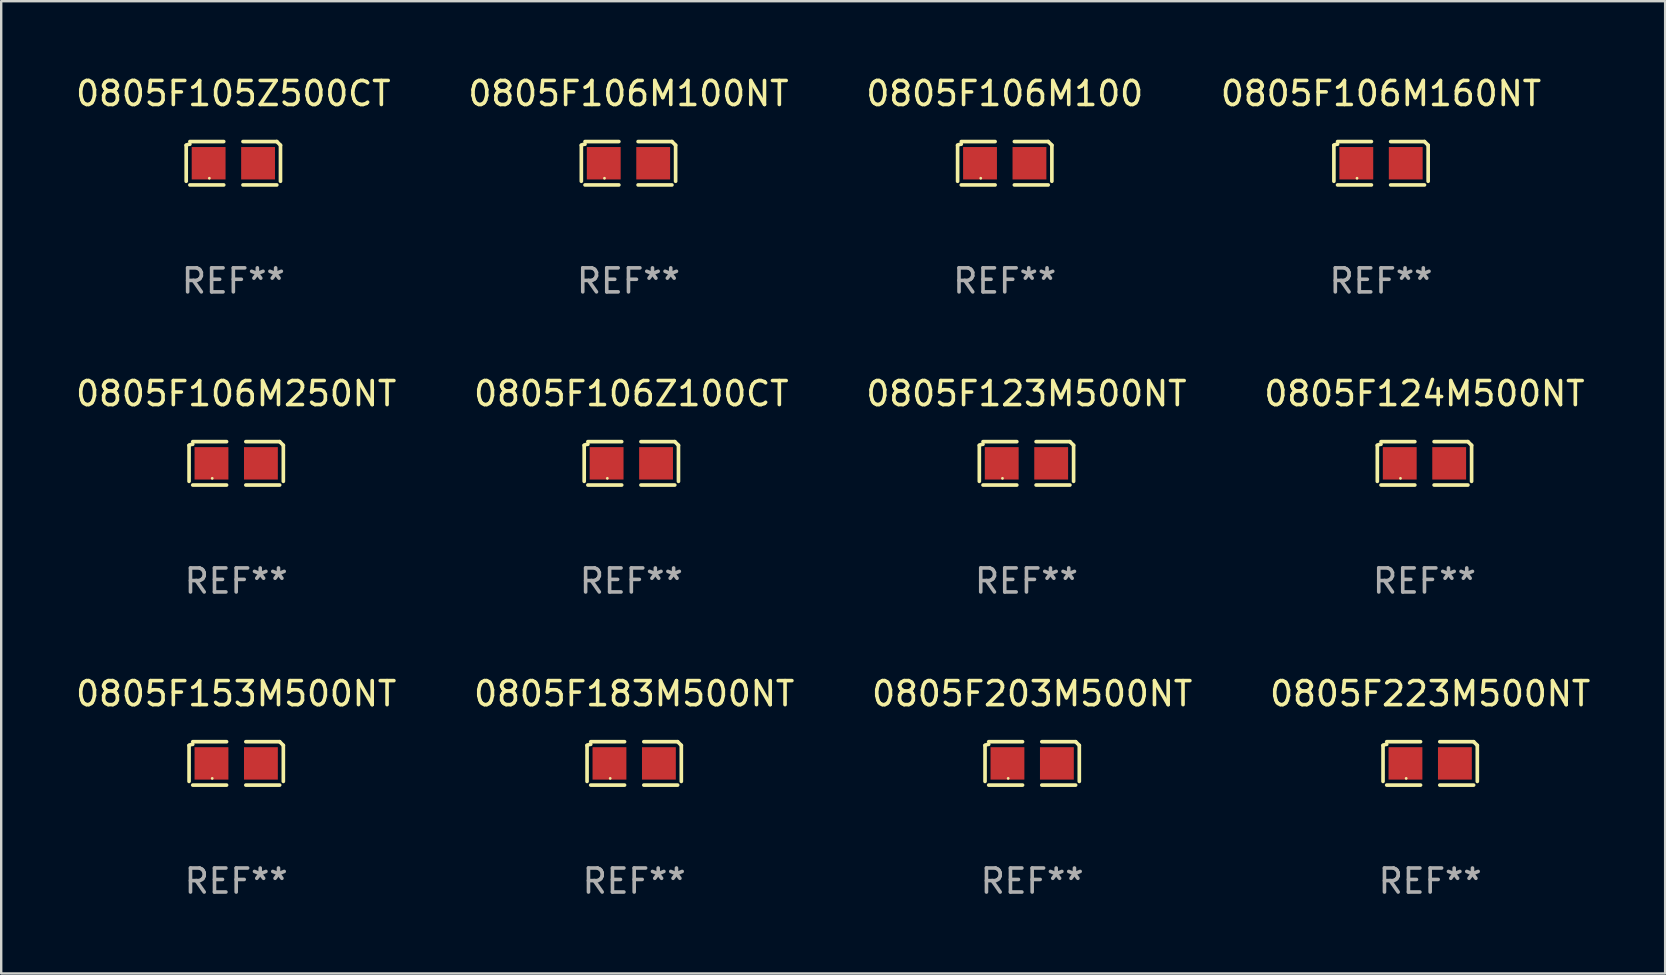
<source format=kicad_pcb>
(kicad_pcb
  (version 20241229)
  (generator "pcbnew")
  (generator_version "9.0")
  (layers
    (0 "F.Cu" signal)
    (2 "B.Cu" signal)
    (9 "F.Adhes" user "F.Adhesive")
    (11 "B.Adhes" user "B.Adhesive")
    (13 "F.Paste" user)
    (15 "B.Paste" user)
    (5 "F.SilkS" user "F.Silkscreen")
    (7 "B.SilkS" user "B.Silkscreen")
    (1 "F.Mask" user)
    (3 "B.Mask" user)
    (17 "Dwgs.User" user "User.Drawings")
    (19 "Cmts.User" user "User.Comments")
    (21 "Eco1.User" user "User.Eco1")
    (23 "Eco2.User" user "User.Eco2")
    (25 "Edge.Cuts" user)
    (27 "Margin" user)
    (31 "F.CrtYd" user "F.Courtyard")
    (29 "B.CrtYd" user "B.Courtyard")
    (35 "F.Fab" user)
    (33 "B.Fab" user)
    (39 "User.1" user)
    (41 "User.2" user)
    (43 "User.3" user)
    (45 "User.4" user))
  (footprint "0805F106M160NT"
    (layer "F.Cu")
    (at 54.494 3.752)
    (property "Reference" "0805F106M160NT" (at 0 -2.904 0) (layer "F.SilkS") (effects (font (size 1 1) (thickness 0.15))))
    (attr through_hole)
    (fp_line (start -1.964 0.751) (end -1.964 -0.751) (stroke (width 0.152) (type solid)) (layer "F.SilkS"))
    (fp_line (start -1.811 -0.904) (end -0.401 -0.904) (stroke (width 0.152) (type solid)) (layer "F.SilkS"))
    (fp_line (start -0.401 0.904) (end -1.811 0.904) (stroke (width 0.152) (type solid)) (layer "F.SilkS"))
    (fp_line (start 0.401 0.904) (end 1.811 0.904) (stroke (width 0.152) (type solid)) (layer "F.SilkS"))
    (fp_line (start 1.811 -0.904) (end 0.401 -0.904) (stroke (width 0.152) (type solid)) (layer "F.SilkS"))
    (fp_line (start 1.964 0.751) (end 1.964 -0.751) (stroke (width 0.152) (type solid)) (layer "F.SilkS"))
    (fp_arc (start -1.963602 -0.751207) (mid -1.890354 -0.783131) (end -1.811201 -0.794044) (stroke (width 0.1524) (type solid)) (layer "F.SilkS"))
    (fp_arc (start 1.811202 -0.903607) (mid 1.887413 -0.827418) (end 1.963602 -0.751207) (stroke (width 0.1524) (type solid)) (layer "F.SilkS"))
    (fp_circle (center -1 0.625) (end -0.97 0.625) (stroke (width 0.06) (type solid)) (fill no) (layer "F.SilkS"))
    (fp_text user "REF**" (at 0 4.904 0) (layer "F.Fab") (effects (font (size 1 1) (thickness 0.15))))
    (pad "1" smd rect (at -1.03 0) (size 1.41 1.35) (layers "F.Cu" "F.Mask" "F.Paste"))
    (pad "2" smd rect (at 1.03 0) (size 1.41 1.35) (layers "F.Cu" "F.Mask" "F.Paste")))
  (footprint "0805F105Z500CT"
    (layer "F.Cu")
    (at 6.673 3.752)
    (property "Reference" "0805F105Z500CT" (at 0 -2.904 0) (layer "F.SilkS") (effects (font (size 1 1) (thickness 0.15))))
    (attr through_hole)
    (fp_line (start -1.964 0.751) (end -1.964 -0.751) (stroke (width 0.152) (type solid)) (layer "F.SilkS"))
    (fp_line (start -1.811 -0.904) (end -0.401 -0.904) (stroke (width 0.152) (type solid)) (layer "F.SilkS"))
    (fp_line (start -0.401 0.904) (end -1.811 0.904) (stroke (width 0.152) (type solid)) (layer "F.SilkS"))
    (fp_line (start 0.401 0.904) (end 1.811 0.904) (stroke (width 0.152) (type solid)) (layer "F.SilkS"))
    (fp_line (start 1.811 -0.904) (end 0.401 -0.904) (stroke (width 0.152) (type solid)) (layer "F.SilkS"))
    (fp_line (start 1.964 0.751) (end 1.964 -0.751) (stroke (width 0.152) (type solid)) (layer "F.SilkS"))
    (fp_arc (start -1.963602 -0.751207) (mid -1.890354 -0.783131) (end -1.811201 -0.794044) (stroke (width 0.1524) (type solid)) (layer "F.SilkS"))
    (fp_arc (start 1.811202 -0.903607) (mid 1.887413 -0.827418) (end 1.963602 -0.751207) (stroke (width 0.1524) (type solid)) (layer "F.SilkS"))
    (fp_circle (center -1 0.625) (end -0.97 0.625) (stroke (width 0.06) (type solid)) (fill no) (layer "F.SilkS"))
    (fp_text user "REF**" (at 0 4.904 0) (layer "F.Fab") (effects (font (size 1 1) (thickness 0.15))))
    (pad "1" smd rect (at -1.03 0) (size 1.41 1.35) (layers "F.Cu" "F.Mask" "F.Paste"))
    (pad "2" smd rect (at 1.03 0) (size 1.41 1.35) (layers "F.Cu" "F.Mask" "F.Paste")))
  (footprint "0805F203M500NT"
    (layer "F.Cu")
    (at 39.958 28.759)
    (property "Reference" "0805F203M500NT" (at 0 -2.904 0) (layer "F.SilkS") (effects (font (size 1 1) (thickness 0.15))))
    (attr through_hole)
    (fp_line (start -1.964 0.751) (end -1.964 -0.751) (stroke (width 0.152) (type solid)) (layer "F.SilkS"))
    (fp_line (start -1.811 -0.904) (end -0.401 -0.904) (stroke (width 0.152) (type solid)) (layer "F.SilkS"))
    (fp_line (start -0.401 0.904) (end -1.811 0.904) (stroke (width 0.152) (type solid)) (layer "F.SilkS"))
    (fp_line (start 0.401 0.904) (end 1.811 0.904) (stroke (width 0.152) (type solid)) (layer "F.SilkS"))
    (fp_line (start 1.811 -0.904) (end 0.401 -0.904) (stroke (width 0.152) (type solid)) (layer "F.SilkS"))
    (fp_line (start 1.964 0.751) (end 1.964 -0.751) (stroke (width 0.152) (type solid)) (layer "F.SilkS"))
    (fp_arc (start -1.963602 -0.751207) (mid -1.890354 -0.783131) (end -1.811201 -0.794044) (stroke (width 0.1524) (type solid)) (layer "F.SilkS"))
    (fp_arc (start 1.811202 -0.903607) (mid 1.887413 -0.827418) (end 1.963602 -0.751207) (stroke (width 0.1524) (type solid)) (layer "F.SilkS"))
    (fp_circle (center -1 0.625) (end -0.97 0.625) (stroke (width 0.06) (type solid)) (fill no) (layer "F.SilkS"))
    (fp_text user "REF**" (at 0 4.904 0) (layer "F.Fab") (effects (font (size 1 1) (thickness 0.15))))
    (pad "1" smd rect (at -1.03 0) (size 1.41 1.35) (layers "F.Cu" "F.Mask" "F.Paste"))
    (pad "2" smd rect (at 1.03 0) (size 1.41 1.35) (layers "F.Cu" "F.Mask" "F.Paste")))
  (footprint "0805F124M500NT"
    (layer "F.Cu")
    (at 56.304 16.256)
    (property "Reference" "0805F124M500NT" (at 0 -2.904 0) (layer "F.SilkS") (effects (font (size 1 1) (thickness 0.15))))
    (attr through_hole)
    (fp_line (start -1.964 0.751) (end -1.964 -0.751) (stroke (width 0.152) (type solid)) (layer "F.SilkS"))
    (fp_line (start -1.811 -0.904) (end -0.401 -0.904) (stroke (width 0.152) (type solid)) (layer "F.SilkS"))
    (fp_line (start -0.401 0.904) (end -1.811 0.904) (stroke (width 0.152) (type solid)) (layer "F.SilkS"))
    (fp_line (start 0.401 0.904) (end 1.811 0.904) (stroke (width 0.152) (type solid)) (layer "F.SilkS"))
    (fp_line (start 1.811 -0.904) (end 0.401 -0.904) (stroke (width 0.152) (type solid)) (layer "F.SilkS"))
    (fp_line (start 1.964 0.751) (end 1.964 -0.751) (stroke (width 0.152) (type solid)) (layer "F.SilkS"))
    (fp_arc (start -1.963602 -0.751207) (mid -1.890354 -0.783131) (end -1.811201 -0.794044) (stroke (width 0.1524) (type solid)) (layer "F.SilkS"))
    (fp_arc (start 1.811202 -0.903607) (mid 1.887413 -0.827418) (end 1.963602 -0.751207) (stroke (width 0.1524) (type solid)) (layer "F.SilkS"))
    (fp_circle (center -1 0.625) (end -0.97 0.625) (stroke (width 0.06) (type solid)) (fill no) (layer "F.SilkS"))
    (fp_text user "REF**" (at 0 4.904 0) (layer "F.Fab") (effects (font (size 1 1) (thickness 0.15))))
    (pad "1" smd rect (at -1.03 0) (size 1.41 1.35) (layers "F.Cu" "F.Mask" "F.Paste"))
    (pad "2" smd rect (at 1.03 0) (size 1.41 1.35) (layers "F.Cu" "F.Mask" "F.Paste")))
  (footprint "0805F106M100NT"
    (layer "F.Cu")
    (at 23.137 3.752)
    (property "Reference" "0805F106M100NT" (at 0 -2.904 0) (layer "F.SilkS") (effects (font (size 1 1) (thickness 0.15))))
    (attr through_hole)
    (fp_line (start -1.964 0.751) (end -1.964 -0.751) (stroke (width 0.152) (type solid)) (layer "F.SilkS"))
    (fp_line (start -1.811 -0.904) (end -0.401 -0.904) (stroke (width 0.152) (type solid)) (layer "F.SilkS"))
    (fp_line (start -0.401 0.904) (end -1.811 0.904) (stroke (width 0.152) (type solid)) (layer "F.SilkS"))
    (fp_line (start 0.401 0.904) (end 1.811 0.904) (stroke (width 0.152) (type solid)) (layer "F.SilkS"))
    (fp_line (start 1.811 -0.904) (end 0.401 -0.904) (stroke (width 0.152) (type solid)) (layer "F.SilkS"))
    (fp_line (start 1.964 0.751) (end 1.964 -0.751) (stroke (width 0.152) (type solid)) (layer "F.SilkS"))
    (fp_arc (start -1.963602 -0.751207) (mid -1.890354 -0.783131) (end -1.811201 -0.794044) (stroke (width 0.1524) (type solid)) (layer "F.SilkS"))
    (fp_arc (start 1.811202 -0.903607) (mid 1.887413 -0.827418) (end 1.963602 -0.751207) (stroke (width 0.1524) (type solid)) (layer "F.SilkS"))
    (fp_circle (center -1 0.625) (end -0.97 0.625) (stroke (width 0.06) (type solid)) (fill no) (layer "F.SilkS"))
    (fp_text user "REF**" (at 0 4.904 0) (layer "F.Fab") (effects (font (size 1 1) (thickness 0.15))))
    (pad "1" smd rect (at -1.03 0) (size 1.41 1.35) (layers "F.Cu" "F.Mask" "F.Paste"))
    (pad "2" smd rect (at 1.03 0) (size 1.41 1.35) (layers "F.Cu" "F.Mask" "F.Paste")))
  (footprint "0805F123M500NT"
    (layer "F.Cu")
    (at 39.72 16.256)
    (property "Reference" "0805F123M500NT" (at 0 -2.904 0) (layer "F.SilkS") (effects (font (size 1 1) (thickness 0.15))))
    (attr through_hole)
    (fp_line (start -1.964 0.751) (end -1.964 -0.751) (stroke (width 0.152) (type solid)) (layer "F.SilkS"))
    (fp_line (start -1.811 -0.904) (end -0.401 -0.904) (stroke (width 0.152) (type solid)) (layer "F.SilkS"))
    (fp_line (start -0.401 0.904) (end -1.811 0.904) (stroke (width 0.152) (type solid)) (layer "F.SilkS"))
    (fp_line (start 0.401 0.904) (end 1.811 0.904) (stroke (width 0.152) (type solid)) (layer "F.SilkS"))
    (fp_line (start 1.811 -0.904) (end 0.401 -0.904) (stroke (width 0.152) (type solid)) (layer "F.SilkS"))
    (fp_line (start 1.964 0.751) (end 1.964 -0.751) (stroke (width 0.152) (type solid)) (layer "F.SilkS"))
    (fp_arc (start -1.963602 -0.751207) (mid -1.890354 -0.783131) (end -1.811201 -0.794044) (stroke (width 0.1524) (type solid)) (layer "F.SilkS"))
    (fp_arc (start 1.811202 -0.903607) (mid 1.887413 -0.827418) (end 1.963602 -0.751207) (stroke (width 0.1524) (type solid)) (layer "F.SilkS"))
    (fp_circle (center -1 0.625) (end -0.97 0.625) (stroke (width 0.06) (type solid)) (fill no) (layer "F.SilkS"))
    (fp_text user "REF**" (at 0 4.904 0) (layer "F.Fab") (effects (font (size 1 1) (thickness 0.15))))
    (pad "1" smd rect (at -1.03 0) (size 1.41 1.35) (layers "F.Cu" "F.Mask" "F.Paste"))
    (pad "2" smd rect (at 1.03 0) (size 1.41 1.35) (layers "F.Cu" "F.Mask" "F.Paste")))
  (footprint "0805F183M500NT"
    (layer "F.Cu")
    (at 23.375 28.759)
    (property "Reference" "0805F183M500NT" (at 0 -2.904 0) (layer "F.SilkS") (effects (font (size 1 1) (thickness 0.15))))
    (attr through_hole)
    (fp_line (start -1.964 0.751) (end -1.964 -0.751) (stroke (width 0.152) (type solid)) (layer "F.SilkS"))
    (fp_line (start -1.811 -0.904) (end -0.401 -0.904) (stroke (width 0.152) (type solid)) (layer "F.SilkS"))
    (fp_line (start -0.401 0.904) (end -1.811 0.904) (stroke (width 0.152) (type solid)) (layer "F.SilkS"))
    (fp_line (start 0.401 0.904) (end 1.811 0.904) (stroke (width 0.152) (type solid)) (layer "F.SilkS"))
    (fp_line (start 1.811 -0.904) (end 0.401 -0.904) (stroke (width 0.152) (type solid)) (layer "F.SilkS"))
    (fp_line (start 1.964 0.751) (end 1.964 -0.751) (stroke (width 0.152) (type solid)) (layer "F.SilkS"))
    (fp_arc (start -1.963602 -0.751207) (mid -1.890354 -0.783131) (end -1.811201 -0.794044) (stroke (width 0.1524) (type solid)) (layer "F.SilkS"))
    (fp_arc (start 1.811202 -0.903607) (mid 1.887413 -0.827418) (end 1.963602 -0.751207) (stroke (width 0.1524) (type solid)) (layer "F.SilkS"))
    (fp_circle (center -1 0.625) (end -0.97 0.625) (stroke (width 0.06) (type solid)) (fill no) (layer "F.SilkS"))
    (fp_text user "REF**" (at 0 4.904 0) (layer "F.Fab") (effects (font (size 1 1) (thickness 0.15))))
    (pad "1" smd rect (at -1.03 0) (size 1.41 1.35) (layers "F.Cu" "F.Mask" "F.Paste"))
    (pad "2" smd rect (at 1.03 0) (size 1.41 1.35) (layers "F.Cu" "F.Mask" "F.Paste")))
  (footprint "0805F106M100"
    (layer "F.Cu")
    (at 38.815 3.752)
    (property "Reference" "0805F106M100" (at 0 -2.904 0) (layer "F.SilkS") (effects (font (size 1 1) (thickness 0.15))))
    (attr through_hole)
    (fp_line (start -1.964 0.751) (end -1.964 -0.751) (stroke (width 0.152) (type solid)) (layer "F.SilkS"))
    (fp_line (start -1.811 -0.904) (end -0.401 -0.904) (stroke (width 0.152) (type solid)) (layer "F.SilkS"))
    (fp_line (start -0.401 0.904) (end -1.811 0.904) (stroke (width 0.152) (type solid)) (layer "F.SilkS"))
    (fp_line (start 0.401 0.904) (end 1.811 0.904) (stroke (width 0.152) (type solid)) (layer "F.SilkS"))
    (fp_line (start 1.811 -0.904) (end 0.401 -0.904) (stroke (width 0.152) (type solid)) (layer "F.SilkS"))
    (fp_line (start 1.964 0.751) (end 1.964 -0.751) (stroke (width 0.152) (type solid)) (layer "F.SilkS"))
    (fp_arc (start -1.963602 -0.751207) (mid -1.890354 -0.783131) (end -1.811201 -0.794044) (stroke (width 0.1524) (type solid)) (layer "F.SilkS"))
    (fp_arc (start 1.811202 -0.903607) (mid 1.887413 -0.827418) (end 1.963602 -0.751207) (stroke (width 0.1524) (type solid)) (layer "F.SilkS"))
    (fp_circle (center -1 0.625) (end -0.97 0.625) (stroke (width 0.06) (type solid)) (fill no) (layer "F.SilkS"))
    (fp_text user "REF**" (at 0 4.904 0) (layer "F.Fab") (effects (font (size 1 1) (thickness 0.15))))
    (pad "1" smd rect (at -1.03 0) (size 1.41 1.35) (layers "F.Cu" "F.Mask" "F.Paste"))
    (pad "2" smd rect (at 1.03 0) (size 1.41 1.35) (layers "F.Cu" "F.Mask" "F.Paste")))
  (footprint "0805F153M500NT"
    (layer "F.Cu")
    (at 6.792 28.759)
    (property "Reference" "0805F153M500NT" (at 0 -2.904 0) (layer "F.SilkS") (effects (font (size 1 1) (thickness 0.15))))
    (attr through_hole)
    (fp_line (start -1.964 0.751) (end -1.964 -0.751) (stroke (width 0.152) (type solid)) (layer "F.SilkS"))
    (fp_line (start -1.811 -0.904) (end -0.401 -0.904) (stroke (width 0.152) (type solid)) (layer "F.SilkS"))
    (fp_line (start -0.401 0.904) (end -1.811 0.904) (stroke (width 0.152) (type solid)) (layer "F.SilkS"))
    (fp_line (start 0.401 0.904) (end 1.811 0.904) (stroke (width 0.152) (type solid)) (layer "F.SilkS"))
    (fp_line (start 1.811 -0.904) (end 0.401 -0.904) (stroke (width 0.152) (type solid)) (layer "F.SilkS"))
    (fp_line (start 1.964 0.751) (end 1.964 -0.751) (stroke (width 0.152) (type solid)) (layer "F.SilkS"))
    (fp_arc (start -1.963602 -0.751207) (mid -1.890354 -0.783131) (end -1.811201 -0.794044) (stroke (width 0.1524) (type solid)) (layer "F.SilkS"))
    (fp_arc (start 1.811202 -0.903607) (mid 1.887413 -0.827418) (end 1.963602 -0.751207) (stroke (width 0.1524) (type solid)) (layer "F.SilkS"))
    (fp_circle (center -1 0.625) (end -0.97 0.625) (stroke (width 0.06) (type solid)) (fill no) (layer "F.SilkS"))
    (fp_text user "REF**" (at 0 4.904 0) (layer "F.Fab") (effects (font (size 1 1) (thickness 0.15))))
    (pad "1" smd rect (at -1.03 0) (size 1.41 1.35) (layers "F.Cu" "F.Mask" "F.Paste"))
    (pad "2" smd rect (at 1.03 0) (size 1.41 1.35) (layers "F.Cu" "F.Mask" "F.Paste")))
  (footprint "0805F223M500NT"
    (layer "F.Cu")
    (at 56.542 28.759)
    (property "Reference" "0805F223M500NT" (at 0 -2.904 0) (layer "F.SilkS") (effects (font (size 1 1) (thickness 0.15))))
    (attr through_hole)
    (fp_line (start -1.964 0.751) (end -1.964 -0.751) (stroke (width 0.152) (type solid)) (layer "F.SilkS"))
    (fp_line (start -1.811 -0.904) (end -0.401 -0.904) (stroke (width 0.152) (type solid)) (layer "F.SilkS"))
    (fp_line (start -0.401 0.904) (end -1.811 0.904) (stroke (width 0.152) (type solid)) (layer "F.SilkS"))
    (fp_line (start 0.401 0.904) (end 1.811 0.904) (stroke (width 0.152) (type solid)) (layer "F.SilkS"))
    (fp_line (start 1.811 -0.904) (end 0.401 -0.904) (stroke (width 0.152) (type solid)) (layer "F.SilkS"))
    (fp_line (start 1.964 0.751) (end 1.964 -0.751) (stroke (width 0.152) (type solid)) (layer "F.SilkS"))
    (fp_arc (start -1.963602 -0.751207) (mid -1.890354 -0.783131) (end -1.811201 -0.794044) (stroke (width 0.1524) (type solid)) (layer "F.SilkS"))
    (fp_arc (start 1.811202 -0.903607) (mid 1.887413 -0.827418) (end 1.963602 -0.751207) (stroke (width 0.1524) (type solid)) (layer "F.SilkS"))
    (fp_circle (center -1 0.625) (end -0.97 0.625) (stroke (width 0.06) (type solid)) (fill no) (layer "F.SilkS"))
    (fp_text user "REF**" (at 0 4.904 0) (layer "F.Fab") (effects (font (size 1 1) (thickness 0.15))))
    (pad "1" smd rect (at -1.03 0) (size 1.41 1.35) (layers "F.Cu" "F.Mask" "F.Paste"))
    (pad "2" smd rect (at 1.03 0) (size 1.41 1.35) (layers "F.Cu" "F.Mask" "F.Paste")))
  (footprint "0805F106M250NT"
    (layer "F.Cu")
    (at 6.792 16.256)
    (property "Reference" "0805F106M250NT" (at 0 -2.904 0) (layer "F.SilkS") (effects (font (size 1 1) (thickness 0.15))))
    (attr through_hole)
    (fp_line (start -1.964 0.751) (end -1.964 -0.751) (stroke (width 0.152) (type solid)) (layer "F.SilkS"))
    (fp_line (start -1.811 -0.904) (end -0.401 -0.904) (stroke (width 0.152) (type solid)) (layer "F.SilkS"))
    (fp_line (start -0.401 0.904) (end -1.811 0.904) (stroke (width 0.152) (type solid)) (layer "F.SilkS"))
    (fp_line (start 0.401 0.904) (end 1.811 0.904) (stroke (width 0.152) (type solid)) (layer "F.SilkS"))
    (fp_line (start 1.811 -0.904) (end 0.401 -0.904) (stroke (width 0.152) (type solid)) (layer "F.SilkS"))
    (fp_line (start 1.964 0.751) (end 1.964 -0.751) (stroke (width 0.152) (type solid)) (layer "F.SilkS"))
    (fp_arc (start -1.963602 -0.751207) (mid -1.890354 -0.783131) (end -1.811201 -0.794044) (stroke (width 0.1524) (type solid)) (layer "F.SilkS"))
    (fp_arc (start 1.811202 -0.903607) (mid 1.887413 -0.827418) (end 1.963602 -0.751207) (stroke (width 0.1524) (type solid)) (layer "F.SilkS"))
    (fp_circle (center -1 0.625) (end -0.97 0.625) (stroke (width 0.06) (type solid)) (fill no) (layer "F.SilkS"))
    (fp_text user "REF**" (at 0 4.904 0) (layer "F.Fab") (effects (font (size 1 1) (thickness 0.15))))
    (pad "1" smd rect (at -1.03 0) (size 1.41 1.35) (layers "F.Cu" "F.Mask" "F.Paste"))
    (pad "2" smd rect (at 1.03 0) (size 1.41 1.35) (layers "F.Cu" "F.Mask" "F.Paste")))
  (footprint "0805F106Z100CT"
    (layer "F.Cu")
    (at 23.256 16.256)
    (property "Reference" "0805F106Z100CT" (at 0 -2.904 0) (layer "F.SilkS") (effects (font (size 1 1) (thickness 0.15))))
    (attr through_hole)
    (fp_line (start -1.964 0.751) (end -1.964 -0.751) (stroke (width 0.152) (type solid)) (layer "F.SilkS"))
    (fp_line (start -1.811 -0.904) (end -0.401 -0.904) (stroke (width 0.152) (type solid)) (layer "F.SilkS"))
    (fp_line (start -0.401 0.904) (end -1.811 0.904) (stroke (width 0.152) (type solid)) (layer "F.SilkS"))
    (fp_line (start 0.401 0.904) (end 1.811 0.904) (stroke (width 0.152) (type solid)) (layer "F.SilkS"))
    (fp_line (start 1.811 -0.904) (end 0.401 -0.904) (stroke (width 0.152) (type solid)) (layer "F.SilkS"))
    (fp_line (start 1.964 0.751) (end 1.964 -0.751) (stroke (width 0.152) (type solid)) (layer "F.SilkS"))
    (fp_arc (start -1.963602 -0.751207) (mid -1.890354 -0.783131) (end -1.811201 -0.794044) (stroke (width 0.1524) (type solid)) (layer "F.SilkS"))
    (fp_arc (start 1.811202 -0.903607) (mid 1.887413 -0.827418) (end 1.963602 -0.751207) (stroke (width 0.1524) (type solid)) (layer "F.SilkS"))
    (fp_circle (center -1 0.625) (end -0.97 0.625) (stroke (width 0.06) (type solid)) (fill no) (layer "F.SilkS"))
    (fp_text user "REF**" (at 0 4.904 0) (layer "F.Fab") (effects (font (size 1 1) (thickness 0.15))))
    (pad "1" smd rect (at -1.03 0) (size 1.41 1.35) (layers "F.Cu" "F.Mask" "F.Paste"))
    (pad "2" smd rect (at 1.03 0) (size 1.41 1.35) (layers "F.Cu" "F.Mask" "F.Paste")))
  (gr_rect
    (start -3 -3)
    (end 66.333 37.511)
    (stroke (width 0.1) (type default))
    (fill no)
    (layer "Edge.Cuts")))
</source>
